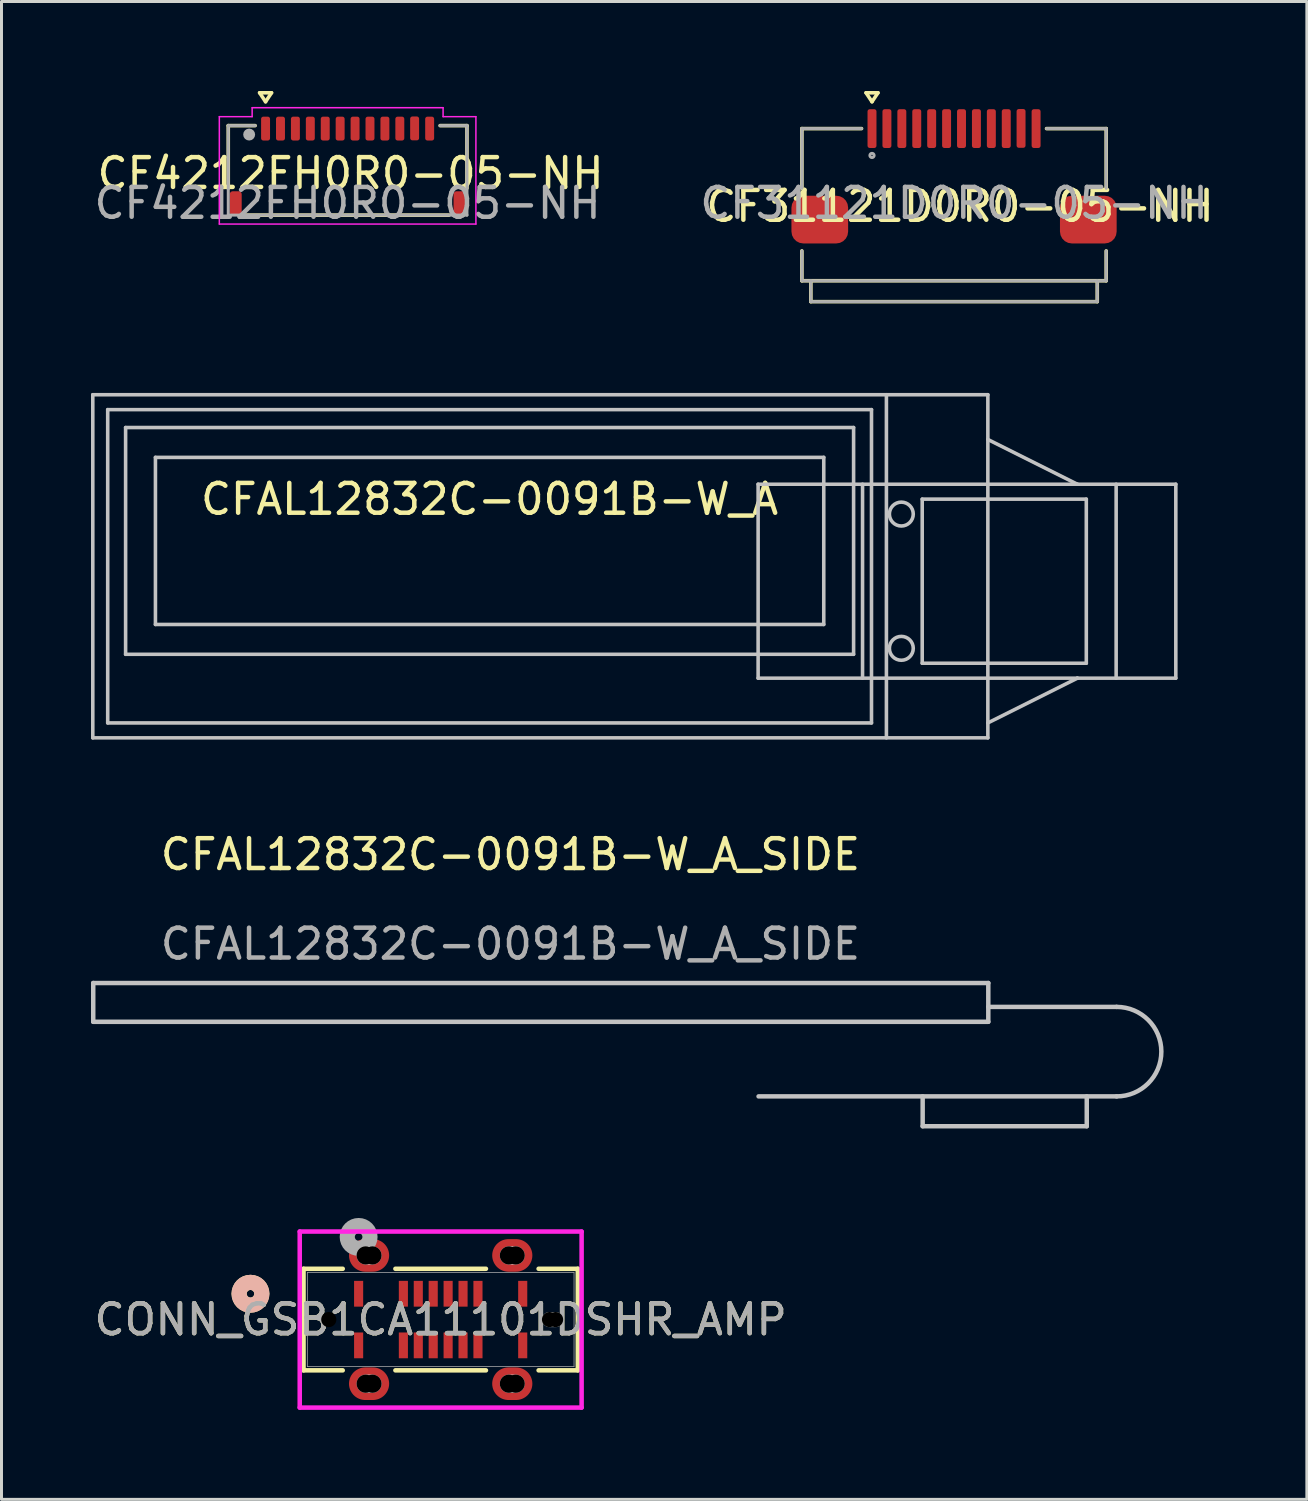
<source format=kicad_pcb>
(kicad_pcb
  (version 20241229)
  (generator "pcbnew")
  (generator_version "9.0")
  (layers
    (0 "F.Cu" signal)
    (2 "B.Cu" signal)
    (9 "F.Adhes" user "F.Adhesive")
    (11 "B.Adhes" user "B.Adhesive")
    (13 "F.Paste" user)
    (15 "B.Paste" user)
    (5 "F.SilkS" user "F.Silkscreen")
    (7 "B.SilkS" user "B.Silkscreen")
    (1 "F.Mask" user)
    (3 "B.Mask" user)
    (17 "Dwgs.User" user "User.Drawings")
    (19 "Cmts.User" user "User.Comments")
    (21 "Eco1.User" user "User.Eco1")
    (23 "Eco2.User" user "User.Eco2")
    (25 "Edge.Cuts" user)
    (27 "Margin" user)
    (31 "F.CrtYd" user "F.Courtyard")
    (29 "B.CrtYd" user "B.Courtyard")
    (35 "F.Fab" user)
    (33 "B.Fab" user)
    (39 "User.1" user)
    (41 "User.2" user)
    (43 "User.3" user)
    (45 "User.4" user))
  (footprint "CF4212FH0R0-05-NH"
    (layer "F.Cu")
    (at 8.601 1.26)
    (property "Reference" "CF4212FH0R0-05-NH" (at 0.1 1.5 0) (unlocked yes) (layer "F.SilkS") (effects (font (size 1 1) (thickness 0.15))))
    (attr smd)
    (fp_line (start -4 -0.1) (end -4 2) (stroke (width 0.12) (type solid)) (layer "F.SilkS"))
    (fp_line (start -4 -0.1) (end -3.1 -0.1) (stroke (width 0.12) (type solid)) (layer "F.SilkS"))
    (fp_line (start -2.95 -1.2) (end -2.75 -0.9) (stroke (width 0.12) (type solid)) (layer "F.SilkS"))
    (fp_line (start -2.75 -0.9) (end -2.55 -1.2) (stroke (width 0.12) (type solid)) (layer "F.SilkS"))
    (fp_line (start -2.55 -1.2) (end -2.95 -1.2) (stroke (width 0.12) (type solid)) (layer "F.SilkS"))
    (fp_line (start 3.4 2.9) (end -3.4 2.9) (stroke (width 0.12) (type solid)) (layer "F.SilkS"))
    (fp_line (start 4 -0.1) (end 3.1 -0.1) (stroke (width 0.12) (type solid)) (layer "F.SilkS"))
    (fp_line (start 4 2) (end 4 -0.1) (stroke (width 0.12) (type solid)) (layer "F.SilkS"))
    (fp_line (start -4.3 -0.4) (end -4.3 3.2) (stroke (width 0.05) (type default)) (layer "F.CrtYd"))
    (fp_line (start -4.3 3.2) (end 4.3 3.2) (stroke (width 0.05) (type default)) (layer "F.CrtYd"))
    (fp_line (start -3.2 -0.7) (end -3.2 -0.4) (stroke (width 0.05) (type default)) (layer "F.CrtYd"))
    (fp_line (start -3.2 -0.4) (end -4.3 -0.4) (stroke (width 0.05) (type default)) (layer "F.CrtYd"))
    (fp_line (start 3.2 -0.7) (end -3.2 -0.7) (stroke (width 0.05) (type default)) (layer "F.CrtYd"))
    (fp_line (start 3.2 -0.4) (end 3.2 -0.7) (stroke (width 0.05) (type default)) (layer "F.CrtYd"))
    (fp_line (start 4.3 -0.4) (end 3.2 -0.4) (stroke (width 0.05) (type default)) (layer "F.CrtYd"))
    (fp_line (start 4.3 3.2) (end 4.3 -0.4) (stroke (width 0.05) (type default)) (layer "F.CrtYd"))
    (fp_line (start -4 -0.1) (end -4 2.9) (stroke (width 0.1) (type solid)) (layer "F.Fab"))
    (fp_line (start -4 2.9) (end 4 2.9) (stroke (width 0.1) (type solid)) (layer "F.Fab"))
    (fp_line (start -3.1 -0.1) (end -4 -0.1) (stroke (width 0.1) (type solid)) (layer "F.Fab"))
    (fp_line (start 4 -0.1) (end 3.1 -0.1) (stroke (width 0.1) (type solid)) (layer "F.Fab"))
    (fp_line (start 4 2.9) (end 4 -0.1) (stroke (width 0.1) (type solid)) (layer "F.Fab"))
    (fp_circle (center -3.3 0.2) (end -3.2 0.2) (stroke (width 0.2) (type solid)) (fill no) (layer "F.Fab"))
    (fp_text user "${REFERENCE}" (at 0 2.5 0) (unlocked yes) (layer "F.Fab") (effects (font (size 1 1) (thickness 0.15))))
    (pad "1" smd roundrect (at -2.75 0) (size 0.3 0.8) (layers "F.Cu" "F.Mask" "F.Paste") (roundrect_rratio 0.25))
    (pad "2" smd roundrect (at -2.25 0) (size 0.3 0.8) (layers "F.Cu" "F.Mask" "F.Paste") (roundrect_rratio 0.25))
    (pad "3" smd roundrect (at -1.75 0) (size 0.3 0.8) (layers "F.Cu" "F.Mask" "F.Paste") (roundrect_rratio 0.25))
    (pad "4" smd roundrect (at -1.25 0) (size 0.3 0.8) (layers "F.Cu" "F.Mask" "F.Paste") (roundrect_rratio 0.25))
    (pad "5" smd roundrect (at -0.75 0) (size 0.3 0.8) (layers "F.Cu" "F.Mask" "F.Paste") (roundrect_rratio 0.25))
    (pad "6" smd roundrect (at -0.25 0) (size 0.3 0.8) (layers "F.Cu" "F.Mask" "F.Paste") (roundrect_rratio 0.25))
    (pad "7" smd roundrect (at 0.25 0) (size 0.3 0.8) (layers "F.Cu" "F.Mask" "F.Paste") (roundrect_rratio 0.25))
    (pad "8" smd roundrect (at 0.75 0) (size 0.3 0.8) (layers "F.Cu" "F.Mask" "F.Paste") (roundrect_rratio 0.25))
    (pad "9" smd roundrect (at 1.25 0) (size 0.3 0.8) (layers "F.Cu" "F.Mask" "F.Paste") (roundrect_rratio 0.25))
    (pad "10" smd roundrect (at 1.75 0) (size 0.3 0.8) (layers "F.Cu" "F.Mask" "F.Paste") (roundrect_rratio 0.25))
    (pad "11" smd roundrect (at 2.246 -0.006) (size 0.3 0.8) (layers "F.Cu" "F.Mask" "F.Paste") (roundrect_rratio 0.25))
    (pad "12" smd roundrect (at 2.75 0) (size 0.3 0.8) (layers "F.Cu" "F.Mask" "F.Paste") (roundrect_rratio 0.25))
    (pad "MP" smd roundrect (at -3.75 2.5) (size 0.4 0.8) (layers "F.Cu" "F.Mask" "F.Paste") (roundrect_rratio 0.25))
    (pad "MP" smd roundrect (at 3.75 2.5) (size 0.4 0.8) (layers "F.Cu" "F.Mask" "F.Paste") (roundrect_rratio 0.25)))
  (footprint "CONN_GSB1CA11101DSHR_AMP"
    (layer "F.Cu")
    (at 11.72 41.178)
    (property "Reference" "CONN_GSB1CA11101DSHR_AMP" (at 0 0 0) (unlocked yes) (layer "F.SilkS") (effects (font (size 1 1) (thickness 0.15))))
    (attr smd)
    (fp_line (start -4.597 -1.702) (end -4.597 1.702) (stroke (width 0.152) (type solid)) (layer "F.SilkS"))
    (fp_line (start -4.597 1.702) (end -3.283 1.702) (stroke (width 0.152) (type solid)) (layer "F.SilkS"))
    (fp_line (start -3.283 -1.702) (end -4.597 -1.702) (stroke (width 0.152) (type solid)) (layer "F.SilkS"))
    (fp_line (start -1.517 1.702) (end 1.517 1.702) (stroke (width 0.152) (type solid)) (layer "F.SilkS"))
    (fp_line (start 1.517 -1.702) (end -1.517 -1.702) (stroke (width 0.152) (type solid)) (layer "F.SilkS"))
    (fp_line (start 3.283 1.702) (end 4.597 1.702) (stroke (width 0.152) (type solid)) (layer "F.SilkS"))
    (fp_line (start 4.597 -1.702) (end 3.283 -1.702) (stroke (width 0.152) (type solid)) (layer "F.SilkS"))
    (fp_line (start 4.597 1.702) (end 4.597 -1.702) (stroke (width 0.152) (type solid)) (layer "F.SilkS"))
    (fp_circle (center -6.375 -0.865) (end -5.994 -0.865) (stroke (width 0.508) (type solid)) (fill no) (layer "F.SilkS"))
    (fp_circle (center -6.375 -0.865) (end -5.994 -0.865) (stroke (width 0.508) (type solid)) (fill no) (layer "B.SilkS"))
    (fp_line (start -2.514 -2.15) (end -2.286 -2.15) (stroke (width 0.61) (type solid)) (layer "Edge.Cuts"))
    (fp_line (start -2.514 2.15) (end -2.286 2.15) (stroke (width 0.61) (type solid)) (layer "Edge.Cuts"))
    (fp_line (start 2.286 -2.15) (end 2.514 -2.15) (stroke (width 0.61) (type solid)) (layer "Edge.Cuts"))
    (fp_line (start 2.286 2.15) (end 2.514 2.15) (stroke (width 0.61) (type solid)) (layer "Edge.Cuts"))
    (fp_line (start 3.648 0) (end 3.852 0) (stroke (width 0.508) (type solid)) (layer "Edge.Cuts"))
    (fp_line (start -4.724 -2.95) (end -4.724 2.95) (stroke (width 0.152) (type solid)) (layer "F.CrtYd"))
    (fp_line (start -4.724 2.95) (end 4.724 2.95) (stroke (width 0.152) (type solid)) (layer "F.CrtYd"))
    (fp_line (start 4.724 -2.95) (end -4.724 -2.95) (stroke (width 0.152) (type solid)) (layer "F.CrtYd"))
    (fp_line (start 4.724 2.95) (end 4.724 -2.95) (stroke (width 0.152) (type solid)) (layer "F.CrtYd"))
    (fp_line (start -4.47 -1.575) (end -4.47 1.575) (stroke (width 0.025) (type solid)) (layer "F.Fab"))
    (fp_line (start -4.47 1.575) (end 4.47 1.575) (stroke (width 0.025) (type solid)) (layer "F.Fab"))
    (fp_line (start 4.47 -1.575) (end -4.47 -1.575) (stroke (width 0.025) (type solid)) (layer "F.Fab"))
    (fp_line (start 4.47 1.575) (end 4.47 -1.575) (stroke (width 0.025) (type solid)) (layer "F.Fab"))
    (fp_circle (center -2.75 -2.77) (end -2.369 -2.77) (stroke (width 0.508) (type solid)) (fill no) (layer "F.Fab"))
    (fp_text user "${REFERENCE}" (at 0 0 0) (unlocked yes) (layer "F.Fab") (effects (font (size 1 1) (thickness 0.15))))
    (pad "" np_thru_hole circle (at -3.75 0) (size 0.508 0.508) (drill 0.508) (layers))
    (pad "" np_thru_hole circle (at -2.514 -2.15) (size 0.61 0.61) (drill 0.61) (layers))
    (pad "" np_thru_hole circle (at -2.514 2.15) (size 0.61 0.61) (drill 0.61) (layers))
    (pad "" np_thru_hole circle (at -2.286 -2.15) (size 0.61 0.61) (drill 0.61) (layers))
    (pad "" np_thru_hole circle (at -2.286 2.15) (size 0.61 0.61) (drill 0.61) (layers))
    (pad "" np_thru_hole circle (at 2.286 -2.15) (size 0.61 0.61) (drill 0.61) (layers))
    (pad "" np_thru_hole circle (at 2.286 2.15) (size 0.61 0.61) (drill 0.61) (layers))
    (pad "" np_thru_hole circle (at 2.514 -2.15) (size 0.61 0.61) (drill 0.61) (layers))
    (pad "" np_thru_hole circle (at 2.514 2.15) (size 0.61 0.61) (drill 0.61) (layers))
    (pad "" np_thru_hole circle (at 3.648 0) (size 0.508 0.508) (drill 0.508) (layers))
    (pad "" np_thru_hole circle (at 3.852 0) (size 0.508 0.508) (drill 0.508) (layers))
    (pad "17" smd oval (at -2.4 -2.15) (size 1.346 1.092) (layers "F.Cu" "F.Mask" "F.Paste"))
    (pad "18" smd oval (at 2.4 -2.15) (size 1.346 1.092) (layers "F.Cu" "F.Mask" "F.Paste"))
    (pad "19" smd oval (at -2.4 2.15) (size 1.346 1.092) (layers "F.Cu" "F.Mask" "F.Paste"))
    (pad "20" smd oval (at 2.4 2.15) (size 1.346 1.092) (layers "F.Cu" "F.Mask" "F.Paste"))
    (pad "A1" smd rect (at -2.75 -0.865) (size 0.305 0.864) (layers "F.Cu" "F.Mask" "F.Paste"))
    (pad "A4" smd rect (at -1.25 -0.865) (size 0.305 0.864) (layers "F.Cu" "F.Mask" "F.Paste"))
    (pad "A5" smd rect (at -0.75 -0.865) (size 0.305 0.864) (layers "F.Cu" "F.Mask" "F.Paste"))
    (pad "A6" smd rect (at -0.25 -0.865) (size 0.305 0.864) (layers "F.Cu" "F.Mask" "F.Paste"))
    (pad "A7" smd rect (at 0.25 -0.865) (size 0.305 0.864) (layers "F.Cu" "F.Mask" "F.Paste"))
    (pad "A8" smd rect (at 0.75 -0.865) (size 0.305 0.864) (layers "F.Cu" "F.Mask" "F.Paste"))
    (pad "A9" smd rect (at 1.25 -0.865) (size 0.305 0.864) (layers "F.Cu" "F.Mask" "F.Paste"))
    (pad "A12" smd rect (at 2.75 -0.865) (size 0.305 0.864) (layers "F.Cu" "F.Mask" "F.Paste"))
    (pad "B1" smd rect (at 2.75 0.865) (size 0.305 0.864) (layers "F.Cu" "F.Mask" "F.Paste"))
    (pad "B4" smd rect (at 1.25 0.865) (size 0.305 0.864) (layers "F.Cu" "F.Mask" "F.Paste"))
    (pad "B5" smd rect (at 0.75 0.865) (size 0.305 0.864) (layers "F.Cu" "F.Mask" "F.Paste"))
    (pad "B6" smd rect (at 0.25 0.865) (size 0.305 0.864) (layers "F.Cu" "F.Mask" "F.Paste"))
    (pad "B7" smd rect (at -0.25 0.865) (size 0.305 0.864) (layers "F.Cu" "F.Mask" "F.Paste"))
    (pad "B8" smd rect (at -0.75 0.865) (size 0.305 0.864) (layers "F.Cu" "F.Mask" "F.Paste"))
    (pad "B9" smd rect (at -1.25 0.865) (size 0.305 0.864) (layers "F.Cu" "F.Mask" "F.Paste"))
    (pad "B12" smd rect (at -2.75 0.865) (size 0.305 0.864) (layers "F.Cu" "F.Mask" "F.Paste")))
  (footprint "CFAL12832C-0091B-W_A"
    (layer "F.Cu")
    (at 13.36 14.18)
    (property "Reference" "CFAL12832C-0091B-W_A" (at 0 -0.5 0) (unlocked yes) (layer "F.SilkS") (effects (font (size 1 1) (thickness 0.15))))
    (attr dnp)
    (fp_line (start -13.3 -4) (end -13.3 7.5) (stroke (width 0.12) (type solid)) (layer "Dwgs.User"))
    (fp_line (start -13.3 7.5) (end 16.7 7.5) (stroke (width 0.12) (type solid)) (layer "Dwgs.User"))
    (fp_line (start -12.8 -3.5) (end -12.8 7) (stroke (width 0.12) (type solid)) (layer "Dwgs.User"))
    (fp_line (start -12.8 7) (end 12.8 7) (stroke (width 0.12) (type solid)) (layer "Dwgs.User"))
    (fp_line (start -12.2 -2.9) (end -12.2 4.7) (stroke (width 0.12) (type solid)) (layer "Dwgs.User"))
    (fp_line (start -12.2 4.7) (end 12.2 4.7) (stroke (width 0.12) (type solid)) (layer "Dwgs.User"))
    (fp_line (start -11.2 -1.9) (end -11.2 3.7) (stroke (width 0.12) (type solid)) (layer "Dwgs.User"))
    (fp_line (start -11.2 3.7) (end 11.2 3.7) (stroke (width 0.12) (type solid)) (layer "Dwgs.User"))
    (fp_line (start 9 5.5) (end 9 -1) (stroke (width 0.12) (type solid)) (layer "Dwgs.User"))
    (fp_line (start 11.2 -1.9) (end -11.2 -1.9) (stroke (width 0.12) (type solid)) (layer "Dwgs.User"))
    (fp_line (start 11.2 3.7) (end 11.2 -1.9) (stroke (width 0.12) (type solid)) (layer "Dwgs.User"))
    (fp_line (start 12.2 -2.9) (end -12.2 -2.9) (stroke (width 0.12) (type solid)) (layer "Dwgs.User"))
    (fp_line (start 12.2 4.7) (end 12.2 -2.9) (stroke (width 0.12) (type solid)) (layer "Dwgs.User"))
    (fp_line (start 12.5 5.5) (end 12.5 -1) (stroke (width 0.12) (type solid)) (layer "Dwgs.User"))
    (fp_line (start 12.8 -3.5) (end -12.8 -3.5) (stroke (width 0.12) (type solid)) (layer "Dwgs.User"))
    (fp_line (start 12.8 7) (end 12.8 -3.5) (stroke (width 0.12) (type solid)) (layer "Dwgs.User"))
    (fp_line (start 13.3 7.5) (end 13.3 -4) (stroke (width 0.12) (type solid)) (layer "Dwgs.User"))
    (fp_line (start 14.5 -0.5) (end 20 -0.5) (stroke (width 0.12) (type solid)) (layer "Dwgs.User"))
    (fp_line (start 14.5 5) (end 14.5 -0.5) (stroke (width 0.12) (type solid)) (layer "Dwgs.User"))
    (fp_line (start 16.7 -4) (end -13.3 -4) (stroke (width 0.12) (type solid)) (layer "Dwgs.User"))
    (fp_line (start 16.7 7) (end 19.7 5.5) (stroke (width 0.12) (type solid)) (layer "Dwgs.User"))
    (fp_line (start 16.7 7.5) (end 16.7 -4) (stroke (width 0.12) (type solid)) (layer "Dwgs.User"))
    (fp_line (start 19.7 -1) (end 9 -1) (stroke (width 0.12) (type solid)) (layer "Dwgs.User"))
    (fp_line (start 19.7 -1) (end 16.7 -2.5) (stroke (width 0.12) (type solid)) (layer "Dwgs.User"))
    (fp_line (start 19.7 -1) (end 23 -1) (stroke (width 0.12) (type solid)) (layer "Dwgs.User"))
    (fp_line (start 19.7 5.5) (end 9 5.5) (stroke (width 0.12) (type solid)) (layer "Dwgs.User"))
    (fp_line (start 20 -0.5) (end 20 5) (stroke (width 0.12) (type solid)) (layer "Dwgs.User"))
    (fp_line (start 20 5) (end 14.5 5) (stroke (width 0.12) (type solid)) (layer "Dwgs.User"))
    (fp_line (start 21 5.5) (end 21 -1) (stroke (width 0.12) (type solid)) (layer "Dwgs.User"))
    (fp_line (start 23 5.5) (end 19.7 5.5) (stroke (width 0.12) (type solid)) (layer "Dwgs.User"))
    (fp_line (start 23 5.5) (end 23 -1) (stroke (width 0.12) (type solid)) (layer "Dwgs.User"))
    (fp_circle (center 13.8 0) (end 13.4 0) (stroke (width 0.12) (type solid)) (fill no) (layer "Dwgs.User"))
    (fp_circle (center 13.8 4.5) (end 13.4 4.5) (stroke (width 0.12) (type solid)) (fill no) (layer "Dwgs.User")))
  (footprint "CF31121D0R0-05-NH"
    (layer "F.Cu")
    (at 28.927 1.26)
    (property "Reference" "CF31121D0R0-05-NH" (at 0.2 2.6 0) (unlocked yes) (layer "F.SilkS") (effects (font (size 1 1) (thickness 0.15))))
    (attr smd)
    (fp_line (start -5.1 0) (end -5.1 2) (stroke (width 0.12) (type solid)) (layer "F.SilkS"))
    (fp_line (start -5.1 0) (end -3.1 0) (stroke (width 0.12) (type solid)) (layer "F.SilkS"))
    (fp_line (start -5.1 5.1) (end -5.1 4.1) (stroke (width 0.12) (type solid)) (layer "F.SilkS"))
    (fp_line (start -5.1 5.1) (end 5.1 5.1) (stroke (width 0.12) (type solid)) (layer "F.SilkS"))
    (fp_line (start -4.8 5.8) (end -4.8 5.1) (stroke (width 0.12) (type solid)) (layer "F.SilkS"))
    (fp_line (start -2.95 -1.2) (end -2.75 -0.9) (stroke (width 0.12) (type solid)) (layer "F.SilkS"))
    (fp_line (start -2.75 -0.9) (end -2.55 -1.2) (stroke (width 0.12) (type solid)) (layer "F.SilkS"))
    (fp_line (start -2.55 -1.2) (end -2.95 -1.2) (stroke (width 0.12) (type solid)) (layer "F.SilkS"))
    (fp_line (start 4.8 5.1) (end 4.8 5.8) (stroke (width 0.12) (type solid)) (layer "F.SilkS"))
    (fp_line (start 4.8 5.8) (end -4.8 5.8) (stroke (width 0.12) (type solid)) (layer "F.SilkS"))
    (fp_line (start 5.1 0) (end 3.1 0) (stroke (width 0.12) (type solid)) (layer "F.SilkS"))
    (fp_line (start 5.1 2) (end 5.1 0) (stroke (width 0.12) (type solid)) (layer "F.SilkS"))
    (fp_line (start 5.1 5.1) (end 5.1 4.1) (stroke (width 0.12) (type solid)) (layer "F.SilkS"))
    (fp_line (start -5.1 0) (end -5.1 2) (stroke (width 0.1) (type solid)) (layer "F.Fab"))
    (fp_line (start -5.1 4.1) (end -5.1 5.1) (stroke (width 0.1) (type solid)) (layer "F.Fab"))
    (fp_line (start -5.1 5.1) (end 5.1 5.1) (stroke (width 0.1) (type solid)) (layer "F.Fab"))
    (fp_line (start -4.8 5.8) (end -4.8 5.1) (stroke (width 0.1) (type solid)) (layer "F.Fab"))
    (fp_line (start -3.1 0) (end -5.1 0) (stroke (width 0.1) (type solid)) (layer "F.Fab"))
    (fp_line (start 4.8 5.1) (end 4.8 5.8) (stroke (width 0.1) (type solid)) (layer "F.Fab"))
    (fp_line (start 4.8 5.8) (end -4.8 5.8) (stroke (width 0.1) (type solid)) (layer "F.Fab"))
    (fp_line (start 5.1 0) (end 3.1 0) (stroke (width 0.1) (type solid)) (layer "F.Fab"))
    (fp_line (start 5.1 2) (end 5.1 0) (stroke (width 0.1) (type solid)) (layer "F.Fab"))
    (fp_line (start 5.1 5.1) (end 5.1 4.1) (stroke (width 0.1) (type solid)) (layer "F.Fab"))
    (fp_circle (center -2.75 0.9) (end -2.679 0.9) (stroke (width 0.1) (type solid)) (fill no) (layer "F.Fab"))
    (fp_text user "${REFERENCE}" (at 0 2.5 0) (unlocked yes) (layer "F.Fab") (effects (font (size 1 1) (thickness 0.15))))
    (pad "1" smd roundrect (at -2.75 0) (size 0.3 1.3) (layers "F.Cu" "F.Mask" "F.Paste") (roundrect_rratio 0.25))
    (pad "2" smd roundrect (at -2.25 0) (size 0.3 1.3) (layers "F.Cu" "F.Mask" "F.Paste") (roundrect_rratio 0.25))
    (pad "3" smd roundrect (at -1.75 0) (size 0.3 1.3) (layers "F.Cu" "F.Mask" "F.Paste") (roundrect_rratio 0.25))
    (pad "4" smd roundrect (at -1.25 0) (size 0.3 1.3) (layers "F.Cu" "F.Mask" "F.Paste") (roundrect_rratio 0.25))
    (pad "5" smd roundrect (at -0.75 0) (size 0.3 1.3) (layers "F.Cu" "F.Mask" "F.Paste") (roundrect_rratio 0.25))
    (pad "6" smd roundrect (at -0.25 0) (size 0.3 1.3) (layers "F.Cu" "F.Mask" "F.Paste") (roundrect_rratio 0.25))
    (pad "7" smd roundrect (at 0.25 0) (size 0.3 1.3) (layers "F.Cu" "F.Mask" "F.Paste") (roundrect_rratio 0.25))
    (pad "8" smd roundrect (at 0.75 0) (size 0.3 1.3) (layers "F.Cu" "F.Mask" "F.Paste") (roundrect_rratio 0.25))
    (pad "9" smd roundrect (at 1.25 0) (size 0.3 1.3) (layers "F.Cu" "F.Mask" "F.Paste") (roundrect_rratio 0.25))
    (pad "10" smd roundrect (at 1.75 0) (size 0.3 1.3) (layers "F.Cu" "F.Mask" "F.Paste") (roundrect_rratio 0.25))
    (pad "11" smd roundrect (at 2.246 -0.006) (size 0.3 1.3) (layers "F.Cu" "F.Mask" "F.Paste") (roundrect_rratio 0.25))
    (pad "12" smd roundrect (at 2.75 0) (size 0.3 1.3) (layers "F.Cu" "F.Mask" "F.Paste") (roundrect_rratio 0.25))
    (pad "MP" smd roundrect (at -4.5 3.05) (size 1.9 1.6) (layers "F.Cu" "F.Mask" "F.Paste") (roundrect_rratio 0.25))
    (pad "MP" smd roundrect (at 4.5 3.05) (size 1.9 1.6) (layers "F.Cu" "F.Mask" "F.Paste") (roundrect_rratio 0.25)))
  (footprint "CFAL12832C-0091B-W_A_SIDE"
    (layer "F.Cu")
    (at 15.009 30.523)
    (property "Reference" "CFAL12832C-0091B-W_A_SIDE" (at -0.95 -4.935 0) (unlocked yes) (layer "F.SilkS") (effects (font (size 1 1) (thickness 0.15))))
    (fp_line (start -14.934 -0.625) (end 15.066 -0.625) (stroke (width 0.15) (type solid)) (layer "Dwgs.User"))
    (fp_line (start -14.934 0.675) (end -14.934 -0.625) (stroke (width 0.15) (type solid)) (layer "Dwgs.User"))
    (fp_line (start 12.866 3.175) (end 12.866 4.175) (stroke (width 0.15) (type solid)) (layer "Dwgs.User"))
    (fp_line (start 12.866 4.175) (end 18.366 4.175) (stroke (width 0.15) (type solid)) (layer "Dwgs.User"))
    (fp_line (start 15.066 -0.625) (end 15.066 0.675) (stroke (width 0.15) (type solid)) (layer "Dwgs.User"))
    (fp_line (start 15.066 0.175) (end 19.366 0.175) (stroke (width 0.15) (type solid)) (layer "Dwgs.User"))
    (fp_line (start 15.066 0.675) (end -14.934 0.675) (stroke (width 0.15) (type solid)) (layer "Dwgs.User"))
    (fp_line (start 18.366 4.175) (end 18.366 3.175) (stroke (width 0.15) (type solid)) (layer "Dwgs.User"))
    (fp_line (start 19.366 3.175) (end 7.366 3.175) (stroke (width 0.15) (type solid)) (layer "Dwgs.User"))
    (fp_arc (start 19.366 0.175) (mid 20.866 1.675) (end 19.366 3.175) (stroke (width 0.15) (type solid)) (layer "Dwgs.User"))
    (fp_text user "${REFERENCE}" (at -0.95 -1.935 0) (unlocked yes) (layer "F.Fab") (effects (font (size 1 1) (thickness 0.15)))))
  (gr_rect
    (start -3 -3)
    (end 40.752 47.205)
    (stroke (width 0.1) (type default))
    (fill no)
    (layer "Edge.Cuts")))
</source>
